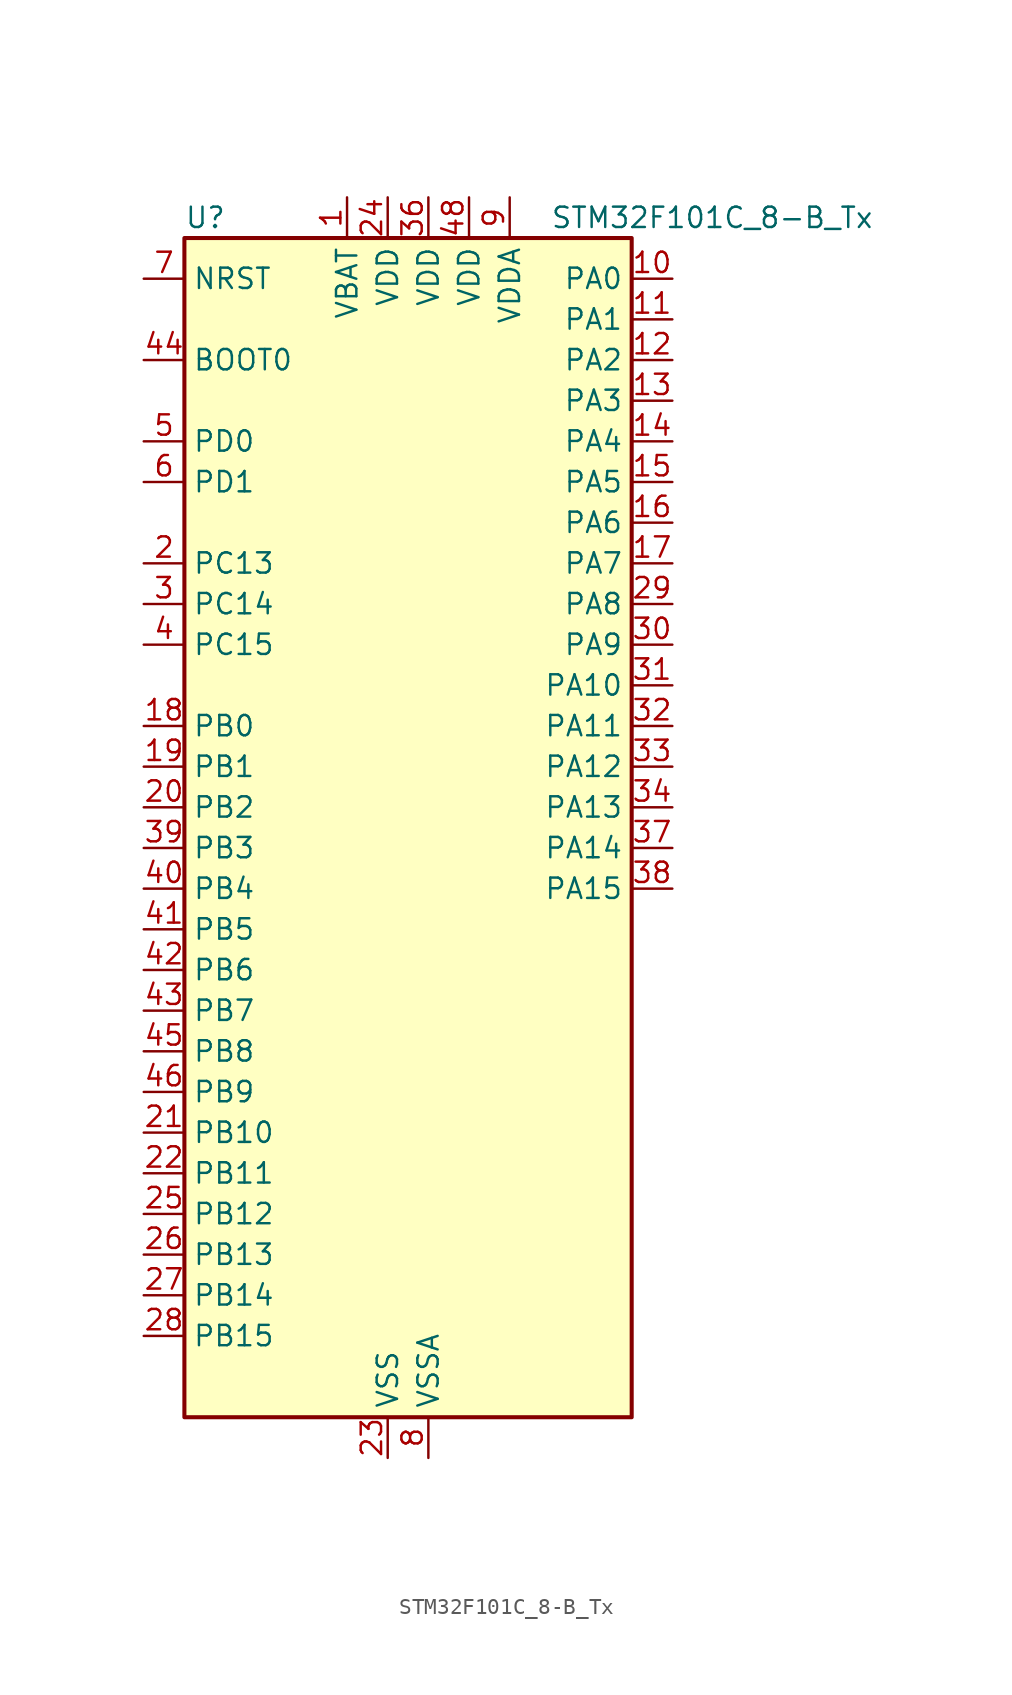
<source format=kicad_sym>
(kicad_symbol_lib
  (version 20220914)
  (generator kicad_symbol_editor)
  (symbol "STM32F101C_8-B_Tx"
    (property "Reference" "U"
      (at -12.7 39.37 0)
      (effects (font (size 1.27 1.27)) (justify left)))
    (property "Value" "STM32F101C_8-B_Tx"
      (at 10.16 39.37 0)
      (effects (font (size 1.27 1.27)) (justify left)))
    (property "ki_locked" ""
      (at 0 0 0)
      (effects (font (size 1.27 1.27))))
    (symbol "STM32F101C_8-B_Tx_0_1"
      (rectangle (start -12.7 -35.56) (end 15.24 38.1) (stroke (width 0.254) (type default)) (fill (type background))))
    (symbol "STM32F101C_8-B_Tx_1_1"
      (pin power_in line (at -2.54 40.64 270) (length 2.54) (name "VBAT" (effects (font (size 1.27 1.27)))) (number "1" (effects (font (size 1.27 1.27)))))
      (pin bidirectional line (at 17.78 35.56 180) (length 2.54) (name "PA0" (effects (font (size 1.27 1.27)))) (number "10" (effects (font (size 1.27 1.27)))) (alternate "ADC1_IN0" bidirectional line) (alternate "SYS_WKUP" bidirectional line) (alternate "TIM2_CH1" bidirectional line) (alternate "TIM2_ETR" bidirectional line) (alternate "USART2_CTS" bidirectional line))
      (pin bidirectional line (at 17.78 33.02 180) (length 2.54) (name "PA1" (effects (font (size 1.27 1.27)))) (number "11" (effects (font (size 1.27 1.27)))) (alternate "ADC1_IN1" bidirectional line) (alternate "TIM2_CH2" bidirectional line) (alternate "USART2_RTS" bidirectional line))
      (pin bidirectional line (at 17.78 30.48 180) (length 2.54) (name "PA2" (effects (font (size 1.27 1.27)))) (number "12" (effects (font (size 1.27 1.27)))) (alternate "ADC1_IN2" bidirectional line) (alternate "TIM2_CH3" bidirectional line) (alternate "USART2_TX" bidirectional line))
      (pin bidirectional line (at 17.78 27.94 180) (length 2.54) (name "PA3" (effects (font (size 1.27 1.27)))) (number "13" (effects (font (size 1.27 1.27)))) (alternate "ADC1_IN3" bidirectional line) (alternate "TIM2_CH4" bidirectional line) (alternate "USART2_RX" bidirectional line))
      (pin bidirectional line (at 17.78 25.4 180) (length 2.54) (name "PA4" (effects (font (size 1.27 1.27)))) (number "14" (effects (font (size 1.27 1.27)))) (alternate "ADC1_IN4" bidirectional line) (alternate "SPI1_NSS" bidirectional line) (alternate "USART2_CK" bidirectional line))
      (pin bidirectional line (at 17.78 22.86 180) (length 2.54) (name "PA5" (effects (font (size 1.27 1.27)))) (number "15" (effects (font (size 1.27 1.27)))) (alternate "ADC1_IN5" bidirectional line) (alternate "SPI1_SCK" bidirectional line))
      (pin bidirectional line (at 17.78 20.32 180) (length 2.54) (name "PA6" (effects (font (size 1.27 1.27)))) (number "16" (effects (font (size 1.27 1.27)))) (alternate "ADC1_IN6" bidirectional line) (alternate "SPI1_MISO" bidirectional line) (alternate "TIM3_CH1" bidirectional line))
      (pin bidirectional line (at 17.78 17.78 180) (length 2.54) (name "PA7" (effects (font (size 1.27 1.27)))) (number "17" (effects (font (size 1.27 1.27)))) (alternate "ADC1_IN7" bidirectional line) (alternate "SPI1_MOSI" bidirectional line) (alternate "TIM3_CH2" bidirectional line))
      (pin bidirectional line (at -15.24 7.62 0) (length 2.54) (name "PB0" (effects (font (size 1.27 1.27)))) (number "18" (effects (font (size 1.27 1.27)))) (alternate "ADC1_IN8" bidirectional line) (alternate "TIM3_CH3" bidirectional line))
      (pin bidirectional line (at -15.24 5.08 0) (length 2.54) (name "PB1" (effects (font (size 1.27 1.27)))) (number "19" (effects (font (size 1.27 1.27)))) (alternate "ADC1_IN9" bidirectional line) (alternate "TIM3_CH4" bidirectional line))
      (pin bidirectional line (at -15.24 17.78 0) (length 2.54) (name "PC13" (effects (font (size 1.27 1.27)))) (number "2" (effects (font (size 1.27 1.27)))) (alternate "RTC_OUT" bidirectional line) (alternate "RTC_TAMPER" bidirectional line))
      (pin bidirectional line (at -15.24 2.54 0) (length 2.54) (name "PB2" (effects (font (size 1.27 1.27)))) (number "20" (effects (font (size 1.27 1.27)))))
      (pin bidirectional line (at -15.24 -17.78 0) (length 2.54) (name "PB10" (effects (font (size 1.27 1.27)))) (number "21" (effects (font (size 1.27 1.27)))) (alternate "I2C2_SCL" bidirectional line) (alternate "TIM2_CH3" bidirectional line) (alternate "USART3_TX" bidirectional line))
      (pin bidirectional line (at -15.24 -20.32 0) (length 2.54) (name "PB11" (effects (font (size 1.27 1.27)))) (number "22" (effects (font (size 1.27 1.27)))) (alternate "ADC1_EXTI11" bidirectional line) (alternate "I2C2_SDA" bidirectional line) (alternate "TIM2_CH4" bidirectional line) (alternate "USART3_RX" bidirectional line))
      (pin power_in line (at 0 -38.1 90) (length 2.54) (name "VSS" (effects (font (size 1.27 1.27)))) (number "23" (effects (font (size 1.27 1.27)))))
      (pin power_in line (at 0 40.64 270) (length 2.54) (name "VDD" (effects (font (size 1.27 1.27)))) (number "24" (effects (font (size 1.27 1.27)))))
      (pin bidirectional line (at -15.24 -22.86 0) (length 2.54) (name "PB12" (effects (font (size 1.27 1.27)))) (number "25" (effects (font (size 1.27 1.27)))) (alternate "I2C2_SMBA" bidirectional line) (alternate "SPI2_NSS" bidirectional line) (alternate "USART3_CK" bidirectional line))
      (pin bidirectional line (at -15.24 -25.4 0) (length 2.54) (name "PB13" (effects (font (size 1.27 1.27)))) (number "26" (effects (font (size 1.27 1.27)))) (alternate "SPI2_SCK" bidirectional line) (alternate "USART3_CTS" bidirectional line))
      (pin bidirectional line (at -15.24 -27.94 0) (length 2.54) (name "PB14" (effects (font (size 1.27 1.27)))) (number "27" (effects (font (size 1.27 1.27)))) (alternate "SPI2_MISO" bidirectional line) (alternate "USART3_RTS" bidirectional line))
      (pin bidirectional line (at -15.24 -30.48 0) (length 2.54) (name "PB15" (effects (font (size 1.27 1.27)))) (number "28" (effects (font (size 1.27 1.27)))) (alternate "ADC1_EXTI15" bidirectional line) (alternate "SPI2_MOSI" bidirectional line))
      (pin bidirectional line (at 17.78 15.24 180) (length 2.54) (name "PA8" (effects (font (size 1.27 1.27)))) (number "29" (effects (font (size 1.27 1.27)))) (alternate "RCC_MCO" bidirectional line) (alternate "USART1_CK" bidirectional line))
      (pin bidirectional line (at -15.24 15.24 0) (length 2.54) (name "PC14" (effects (font (size 1.27 1.27)))) (number "3" (effects (font (size 1.27 1.27)))) (alternate "RCC_OSC32_IN" bidirectional line))
      (pin bidirectional line (at 17.78 12.7 180) (length 2.54) (name "PA9" (effects (font (size 1.27 1.27)))) (number "30" (effects (font (size 1.27 1.27)))) (alternate "USART1_TX" bidirectional line))
      (pin bidirectional line (at 17.78 10.16 180) (length 2.54) (name "PA10" (effects (font (size 1.27 1.27)))) (number "31" (effects (font (size 1.27 1.27)))) (alternate "USART1_RX" bidirectional line))
      (pin bidirectional line (at 17.78 7.62 180) (length 2.54) (name "PA11" (effects (font (size 1.27 1.27)))) (number "32" (effects (font (size 1.27 1.27)))) (alternate "ADC1_EXTI11" bidirectional line) (alternate "USART1_CTS" bidirectional line))
      (pin bidirectional line (at 17.78 5.08 180) (length 2.54) (name "PA12" (effects (font (size 1.27 1.27)))) (number "33" (effects (font (size 1.27 1.27)))) (alternate "USART1_RTS" bidirectional line))
      (pin bidirectional line (at 17.78 2.54 180) (length 2.54) (name "PA13" (effects (font (size 1.27 1.27)))) (number "34" (effects (font (size 1.27 1.27)))) (alternate "SYS_JTMS-SWDIO" bidirectional line))
      (pin passive line (at 0 -38.1 90) (length 2.54) hide (name "VSS" (effects (font (size 1.27 1.27)))) (number "35" (effects (font (size 1.27 1.27)))))
      (pin power_in line (at 2.54 40.64 270) (length 2.54) (name "VDD" (effects (font (size 1.27 1.27)))) (number "36" (effects (font (size 1.27 1.27)))))
      (pin bidirectional line (at 17.78 0 180) (length 2.54) (name "PA14" (effects (font (size 1.27 1.27)))) (number "37" (effects (font (size 1.27 1.27)))) (alternate "SYS_JTCK-SWCLK" bidirectional line))
      (pin bidirectional line (at 17.78 -2.54 180) (length 2.54) (name "PA15" (effects (font (size 1.27 1.27)))) (number "38" (effects (font (size 1.27 1.27)))) (alternate "ADC1_EXTI15" bidirectional line) (alternate "SPI1_NSS" bidirectional line) (alternate "SYS_JTDI" bidirectional line) (alternate "TIM2_CH1" bidirectional line) (alternate "TIM2_ETR" bidirectional line))
      (pin bidirectional line (at -15.24 0 0) (length 2.54) (name "PB3" (effects (font (size 1.27 1.27)))) (number "39" (effects (font (size 1.27 1.27)))) (alternate "SPI1_SCK" bidirectional line) (alternate "SYS_JTDO-TRACESWO" bidirectional line) (alternate "TIM2_CH2" bidirectional line))
      (pin bidirectional line (at -15.24 12.7 0) (length 2.54) (name "PC15" (effects (font (size 1.27 1.27)))) (number "4" (effects (font (size 1.27 1.27)))) (alternate "ADC1_EXTI15" bidirectional line) (alternate "RCC_OSC32_OUT" bidirectional line))
      (pin bidirectional line (at -15.24 -2.54 0) (length 2.54) (name "PB4" (effects (font (size 1.27 1.27)))) (number "40" (effects (font (size 1.27 1.27)))) (alternate "SPI1_MISO" bidirectional line) (alternate "SYS_NJTRST" bidirectional line) (alternate "TIM3_CH1" bidirectional line))
      (pin bidirectional line (at -15.24 -5.08 0) (length 2.54) (name "PB5" (effects (font (size 1.27 1.27)))) (number "41" (effects (font (size 1.27 1.27)))) (alternate "I2C1_SMBA" bidirectional line) (alternate "SPI1_MOSI" bidirectional line) (alternate "TIM3_CH2" bidirectional line))
      (pin bidirectional line (at -15.24 -7.62 0) (length 2.54) (name "PB6" (effects (font (size 1.27 1.27)))) (number "42" (effects (font (size 1.27 1.27)))) (alternate "I2C1_SCL" bidirectional line) (alternate "TIM4_CH1" bidirectional line) (alternate "USART1_TX" bidirectional line))
      (pin bidirectional line (at -15.24 -10.16 0) (length 2.54) (name "PB7" (effects (font (size 1.27 1.27)))) (number "43" (effects (font (size 1.27 1.27)))) (alternate "I2C1_SDA" bidirectional line) (alternate "TIM4_CH2" bidirectional line) (alternate "USART1_RX" bidirectional line))
      (pin input line (at -15.24 30.48 0) (length 2.54) (name "BOOT0" (effects (font (size 1.27 1.27)))) (number "44" (effects (font (size 1.27 1.27)))))
      (pin bidirectional line (at -15.24 -12.7 0) (length 2.54) (name "PB8" (effects (font (size 1.27 1.27)))) (number "45" (effects (font (size 1.27 1.27)))) (alternate "I2C1_SCL" bidirectional line) (alternate "TIM4_CH3" bidirectional line))
      (pin bidirectional line (at -15.24 -15.24 0) (length 2.54) (name "PB9" (effects (font (size 1.27 1.27)))) (number "46" (effects (font (size 1.27 1.27)))) (alternate "I2C1_SDA" bidirectional line) (alternate "TIM4_CH4" bidirectional line))
      (pin passive line (at 0 -38.1 90) (length 2.54) hide (name "VSS" (effects (font (size 1.27 1.27)))) (number "47" (effects (font (size 1.27 1.27)))))
      (pin power_in line (at 5.08 40.64 270) (length 2.54) (name "VDD" (effects (font (size 1.27 1.27)))) (number "48" (effects (font (size 1.27 1.27)))))
      (pin bidirectional line (at -15.24 25.4 0) (length 2.54) (name "PD0" (effects (font (size 1.27 1.27)))) (number "5" (effects (font (size 1.27 1.27)))) (alternate "RCC_OSC_IN" bidirectional line))
      (pin bidirectional line (at -15.24 22.86 0) (length 2.54) (name "PD1" (effects (font (size 1.27 1.27)))) (number "6" (effects (font (size 1.27 1.27)))) (alternate "RCC_OSC_OUT" bidirectional line))
      (pin input line (at -15.24 35.56 0) (length 2.54) (name "NRST" (effects (font (size 1.27 1.27)))) (number "7" (effects (font (size 1.27 1.27)))))
      (pin power_in line (at 2.54 -38.1 90) (length 2.54) (name "VSSA" (effects (font (size 1.27 1.27)))) (number "8" (effects (font (size 1.27 1.27)))))
      (pin power_in line (at 7.62 40.64 270) (length 2.54) (name "VDDA" (effects (font (size 1.27 1.27)))) (number "9" (effects (font (size 1.27 1.27))))))))
</source>
